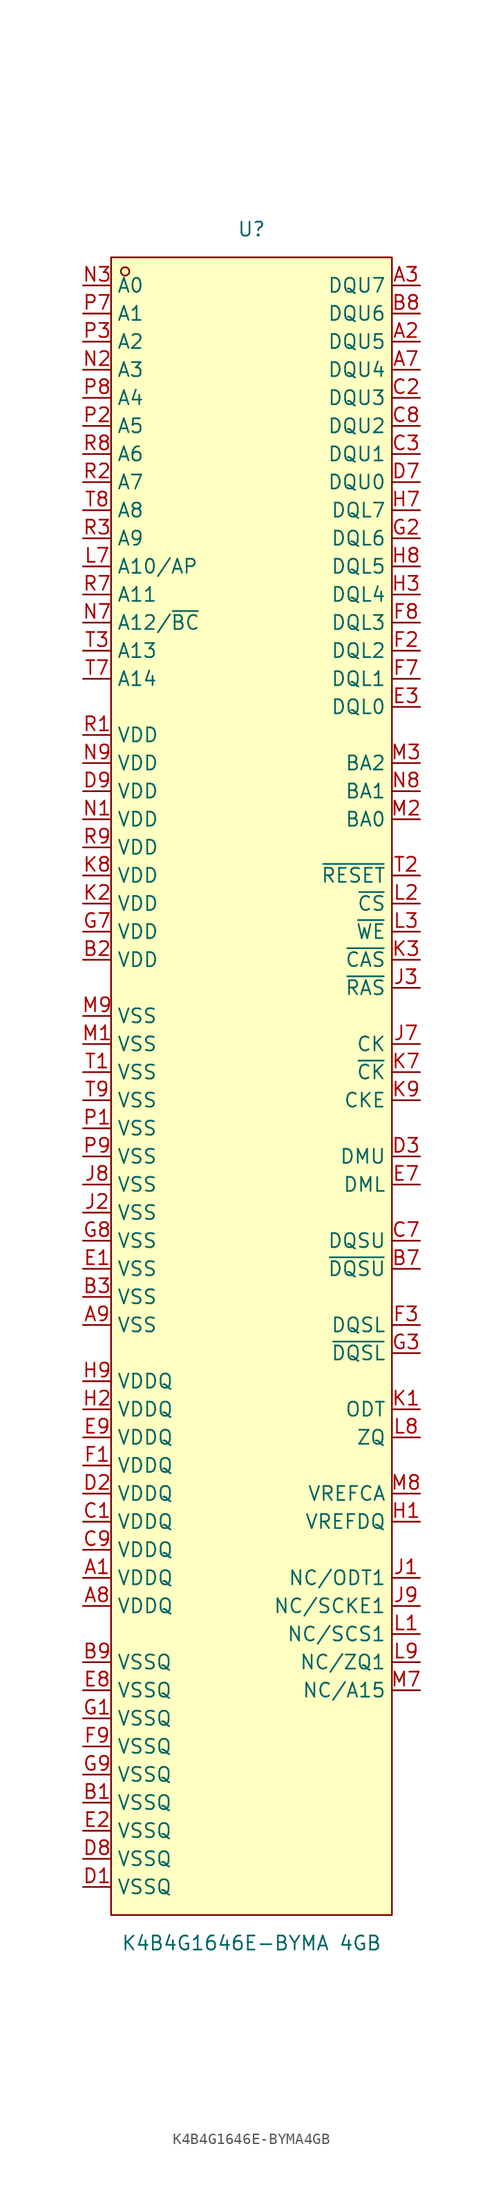
<source format=kicad_sym>
(kicad_symbol_lib
  (version 20220914)
  (generator https://github.com/uPesy/easyeda2kicad.py)
  (symbol "K4B4G1646E-BYMA4GB"
    (property "Reference" "U"
      (at 0 64.77 0)
      (effects (font (size 1.27 1.27))))
    (property "Value" "K4B4G1646E-BYMA 4GB"
      (at 0 -90.17 0)
      (effects (font (size 1.27 1.27))))
    (symbol "K4B4G1646E-BYMA4GB_0_1"
      (rectangle (start -12.7 62.23) (end 12.7 -87.63) (stroke (width 0) (type default)) (fill (type background)))
      (circle (center -11.43 60.96) (radius 0.38) (stroke (width 0) (type default)) (fill (type none)))
      (pin power_in line (at -15.24 -57.15 0) (length 2.54) (name "VDDQ" (effects (font (size 1.27 1.27)))) (number "A1" (effects (font (size 1.27 1.27)))))
      (pin bidirectional line (at 15.24 54.61 180) (length 2.54) (name "DQU5" (effects (font (size 1.27 1.27)))) (number "A2" (effects (font (size 1.27 1.27)))))
      (pin bidirectional line (at 15.24 59.69 180) (length 2.54) (name "DQU7" (effects (font (size 1.27 1.27)))) (number "A3" (effects (font (size 1.27 1.27)))))
      (pin bidirectional line (at 15.24 52.07 180) (length 2.54) (name "DQU4" (effects (font (size 1.27 1.27)))) (number "A7" (effects (font (size 1.27 1.27)))))
      (pin power_in line (at -15.24 -59.69 0) (length 2.54) (name "VDDQ" (effects (font (size 1.27 1.27)))) (number "A8" (effects (font (size 1.27 1.27)))))
      (pin power_in line (at -15.24 -34.29 0) (length 2.54) (name "VSS" (effects (font (size 1.27 1.27)))) (number "A9" (effects (font (size 1.27 1.27)))))
      (pin power_in line (at -15.24 -77.47 0) (length 2.54) (name "VSSQ" (effects (font (size 1.27 1.27)))) (number "B1" (effects (font (size 1.27 1.27)))))
      (pin power_in line (at -15.24 -1.27 0) (length 2.54) (name "VDD" (effects (font (size 1.27 1.27)))) (number "B2" (effects (font (size 1.27 1.27)))))
      (pin power_in line (at -15.24 -31.75 0) (length 2.54) (name "VSS" (effects (font (size 1.27 1.27)))) (number "B3" (effects (font (size 1.27 1.27)))))
      (pin bidirectional line (at 15.24 -29.21 180) (length 2.54) (name "~{DQSU}" (effects (font (size 1.27 1.27)))) (number "B7" (effects (font (size 1.27 1.27)))))
      (pin bidirectional line (at 15.24 57.15 180) (length 2.54) (name "DQU6" (effects (font (size 1.27 1.27)))) (number "B8" (effects (font (size 1.27 1.27)))))
      (pin power_in line (at -15.24 -64.77 0) (length 2.54) (name "VSSQ" (effects (font (size 1.27 1.27)))) (number "B9" (effects (font (size 1.27 1.27)))))
      (pin power_in line (at -15.24 -52.07 0) (length 2.54) (name "VDDQ" (effects (font (size 1.27 1.27)))) (number "C1" (effects (font (size 1.27 1.27)))))
      (pin bidirectional line (at 15.24 49.53 180) (length 2.54) (name "DQU3" (effects (font (size 1.27 1.27)))) (number "C2" (effects (font (size 1.27 1.27)))))
      (pin bidirectional line (at 15.24 44.45 180) (length 2.54) (name "DQU1" (effects (font (size 1.27 1.27)))) (number "C3" (effects (font (size 1.27 1.27)))))
      (pin bidirectional line (at 15.24 -26.67 180) (length 2.54) (name "DQSU" (effects (font (size 1.27 1.27)))) (number "C7" (effects (font (size 1.27 1.27)))))
      (pin bidirectional line (at 15.24 46.99 180) (length 2.54) (name "DQU2" (effects (font (size 1.27 1.27)))) (number "C8" (effects (font (size 1.27 1.27)))))
      (pin power_in line (at -15.24 -54.61 0) (length 2.54) (name "VDDQ" (effects (font (size 1.27 1.27)))) (number "C9" (effects (font (size 1.27 1.27)))))
      (pin power_in line (at -15.24 -85.09 0) (length 2.54) (name "VSSQ" (effects (font (size 1.27 1.27)))) (number "D1" (effects (font (size 1.27 1.27)))))
      (pin power_in line (at -15.24 -49.53 0) (length 2.54) (name "VDDQ" (effects (font (size 1.27 1.27)))) (number "D2" (effects (font (size 1.27 1.27)))))
      (pin bidirectional line (at 15.24 -19.05 180) (length 2.54) (name "DMU" (effects (font (size 1.27 1.27)))) (number "D3" (effects (font (size 1.27 1.27)))))
      (pin bidirectional line (at 15.24 41.91 180) (length 2.54) (name "DQU0" (effects (font (size 1.27 1.27)))) (number "D7" (effects (font (size 1.27 1.27)))))
      (pin power_in line (at -15.24 -82.55 0) (length 2.54) (name "VSSQ" (effects (font (size 1.27 1.27)))) (number "D8" (effects (font (size 1.27 1.27)))))
      (pin power_in line (at -15.24 13.97 0) (length 2.54) (name "VDD" (effects (font (size 1.27 1.27)))) (number "D9" (effects (font (size 1.27 1.27)))))
      (pin power_in line (at -15.24 -29.21 0) (length 2.54) (name "VSS" (effects (font (size 1.27 1.27)))) (number "E1" (effects (font (size 1.27 1.27)))))
      (pin power_in line (at -15.24 -80.01 0) (length 2.54) (name "VSSQ" (effects (font (size 1.27 1.27)))) (number "E2" (effects (font (size 1.27 1.27)))))
      (pin bidirectional line (at 15.24 21.59 180) (length 2.54) (name "DQL0" (effects (font (size 1.27 1.27)))) (number "E3" (effects (font (size 1.27 1.27)))))
      (pin bidirectional line (at 15.24 -21.59 180) (length 2.54) (name "DML" (effects (font (size 1.27 1.27)))) (number "E7" (effects (font (size 1.27 1.27)))))
      (pin power_in line (at -15.24 -67.31 0) (length 2.54) (name "VSSQ" (effects (font (size 1.27 1.27)))) (number "E8" (effects (font (size 1.27 1.27)))))
      (pin power_in line (at -15.24 -44.45 0) (length 2.54) (name "VDDQ" (effects (font (size 1.27 1.27)))) (number "E9" (effects (font (size 1.27 1.27)))))
      (pin power_in line (at -15.24 -46.99 0) (length 2.54) (name "VDDQ" (effects (font (size 1.27 1.27)))) (number "F1" (effects (font (size 1.27 1.27)))))
      (pin bidirectional line (at 15.24 26.67 180) (length 2.54) (name "DQL2" (effects (font (size 1.27 1.27)))) (number "F2" (effects (font (size 1.27 1.27)))))
      (pin bidirectional line (at 15.24 -34.29 180) (length 2.54) (name "DQSL" (effects (font (size 1.27 1.27)))) (number "F3" (effects (font (size 1.27 1.27)))))
      (pin bidirectional line (at 15.24 24.13 180) (length 2.54) (name "DQL1" (effects (font (size 1.27 1.27)))) (number "F7" (effects (font (size 1.27 1.27)))))
      (pin bidirectional line (at 15.24 29.21 180) (length 2.54) (name "DQL3" (effects (font (size 1.27 1.27)))) (number "F8" (effects (font (size 1.27 1.27)))))
      (pin power_in line (at -15.24 -72.39 0) (length 2.54) (name "VSSQ" (effects (font (size 1.27 1.27)))) (number "F9" (effects (font (size 1.27 1.27)))))
      (pin power_in line (at -15.24 -69.85 0) (length 2.54) (name "VSSQ" (effects (font (size 1.27 1.27)))) (number "G1" (effects (font (size 1.27 1.27)))))
      (pin bidirectional line (at 15.24 36.83 180) (length 2.54) (name "DQL6" (effects (font (size 1.27 1.27)))) (number "G2" (effects (font (size 1.27 1.27)))))
      (pin bidirectional line (at 15.24 -36.83 180) (length 2.54) (name "~{DQSL}" (effects (font (size 1.27 1.27)))) (number "G3" (effects (font (size 1.27 1.27)))))
      (pin power_in line (at -15.24 1.27 0) (length 2.54) (name "VDD" (effects (font (size 1.27 1.27)))) (number "G7" (effects (font (size 1.27 1.27)))))
      (pin power_in line (at -15.24 -26.67 0) (length 2.54) (name "VSS" (effects (font (size 1.27 1.27)))) (number "G8" (effects (font (size 1.27 1.27)))))
      (pin power_in line (at -15.24 -74.93 0) (length 2.54) (name "VSSQ" (effects (font (size 1.27 1.27)))) (number "G9" (effects (font (size 1.27 1.27)))))
      (pin power_in line (at -15.24 -41.91 0) (length 2.54) (name "VDDQ" (effects (font (size 1.27 1.27)))) (number "H2" (effects (font (size 1.27 1.27)))))
      (pin bidirectional line (at 15.24 31.75 180) (length 2.54) (name "DQL4" (effects (font (size 1.27 1.27)))) (number "H3" (effects (font (size 1.27 1.27)))))
      (pin bidirectional line (at 15.24 39.37 180) (length 2.54) (name "DQL7" (effects (font (size 1.27 1.27)))) (number "H7" (effects (font (size 1.27 1.27)))))
      (pin bidirectional line (at 15.24 34.29 180) (length 2.54) (name "DQL5" (effects (font (size 1.27 1.27)))) (number "H8" (effects (font (size 1.27 1.27)))))
      (pin power_in line (at -15.24 -39.37 0) (length 2.54) (name "VDDQ" (effects (font (size 1.27 1.27)))) (number "H9" (effects (font (size 1.27 1.27)))))
      (pin power_in line (at -15.24 -24.13 0) (length 2.54) (name "VSS" (effects (font (size 1.27 1.27)))) (number "J2" (effects (font (size 1.27 1.27)))))
      (pin bidirectional line (at 15.24 -3.81 180) (length 2.54) (name "~{RAS}" (effects (font (size 1.27 1.27)))) (number "J3" (effects (font (size 1.27 1.27)))))
      (pin bidirectional line (at 15.24 -8.89 180) (length 2.54) (name "CK" (effects (font (size 1.27 1.27)))) (number "J7" (effects (font (size 1.27 1.27)))))
      (pin power_in line (at -15.24 -21.59 0) (length 2.54) (name "VSS" (effects (font (size 1.27 1.27)))) (number "J8" (effects (font (size 1.27 1.27)))))
      (pin bidirectional line (at 15.24 -41.91 180) (length 2.54) (name "ODT" (effects (font (size 1.27 1.27)))) (number "K1" (effects (font (size 1.27 1.27)))))
      (pin power_in line (at -15.24 3.81 0) (length 2.54) (name "VDD" (effects (font (size 1.27 1.27)))) (number "K2" (effects (font (size 1.27 1.27)))))
      (pin bidirectional line (at 15.24 -1.27 180) (length 2.54) (name "~{CAS}" (effects (font (size 1.27 1.27)))) (number "K3" (effects (font (size 1.27 1.27)))))
      (pin bidirectional line (at 15.24 -11.43 180) (length 2.54) (name "~{CK}" (effects (font (size 1.27 1.27)))) (number "K7" (effects (font (size 1.27 1.27)))))
      (pin power_in line (at -15.24 6.35 0) (length 2.54) (name "VDD" (effects (font (size 1.27 1.27)))) (number "K8" (effects (font (size 1.27 1.27)))))
      (pin bidirectional line (at 15.24 -13.97 180) (length 2.54) (name "CKE" (effects (font (size 1.27 1.27)))) (number "K9" (effects (font (size 1.27 1.27)))))
      (pin bidirectional line (at 15.24 3.81 180) (length 2.54) (name "~{CS}" (effects (font (size 1.27 1.27)))) (number "L2" (effects (font (size 1.27 1.27)))))
      (pin bidirectional line (at 15.24 1.27 180) (length 2.54) (name "~{WE}" (effects (font (size 1.27 1.27)))) (number "L3" (effects (font (size 1.27 1.27)))))
      (pin bidirectional line (at -15.24 34.29 0) (length 2.54) (name "A10/AP" (effects (font (size 1.27 1.27)))) (number "L7" (effects (font (size 1.27 1.27)))))
      (pin bidirectional line (at 15.24 -44.45 180) (length 2.54) (name "ZQ" (effects (font (size 1.27 1.27)))) (number "L8" (effects (font (size 1.27 1.27)))))
      (pin power_in line (at -15.24 -8.89 0) (length 2.54) (name "VSS" (effects (font (size 1.27 1.27)))) (number "M1" (effects (font (size 1.27 1.27)))))
      (pin bidirectional line (at 15.24 11.43 180) (length 2.54) (name "BA0" (effects (font (size 1.27 1.27)))) (number "M2" (effects (font (size 1.27 1.27)))))
      (pin bidirectional line (at 15.24 16.51 180) (length 2.54) (name "BA2" (effects (font (size 1.27 1.27)))) (number "M3" (effects (font (size 1.27 1.27)))))
      (pin power_in line (at -15.24 -6.35 0) (length 2.54) (name "VSS" (effects (font (size 1.27 1.27)))) (number "M9" (effects (font (size 1.27 1.27)))))
      (pin power_in line (at -15.24 11.43 0) (length 2.54) (name "VDD" (effects (font (size 1.27 1.27)))) (number "N1" (effects (font (size 1.27 1.27)))))
      (pin bidirectional line (at -15.24 52.07 0) (length 2.54) (name "A3" (effects (font (size 1.27 1.27)))) (number "N2" (effects (font (size 1.27 1.27)))))
      (pin bidirectional line (at -15.24 59.69 0) (length 2.54) (name "A0" (effects (font (size 1.27 1.27)))) (number "N3" (effects (font (size 1.27 1.27)))))
      (pin bidirectional line (at -15.24 29.21 0) (length 2.54) (name "A12/~{BC}" (effects (font (size 1.27 1.27)))) (number "N7" (effects (font (size 1.27 1.27)))))
      (pin bidirectional line (at 15.24 13.97 180) (length 2.54) (name "BA1" (effects (font (size 1.27 1.27)))) (number "N8" (effects (font (size 1.27 1.27)))))
      (pin power_in line (at -15.24 16.51 0) (length 2.54) (name "VDD" (effects (font (size 1.27 1.27)))) (number "N9" (effects (font (size 1.27 1.27)))))
      (pin power_in line (at -15.24 -16.51 0) (length 2.54) (name "VSS" (effects (font (size 1.27 1.27)))) (number "P1" (effects (font (size 1.27 1.27)))))
      (pin bidirectional line (at -15.24 46.99 0) (length 2.54) (name "A5" (effects (font (size 1.27 1.27)))) (number "P2" (effects (font (size 1.27 1.27)))))
      (pin bidirectional line (at -15.24 54.61 0) (length 2.54) (name "A2" (effects (font (size 1.27 1.27)))) (number "P3" (effects (font (size 1.27 1.27)))))
      (pin bidirectional line (at -15.24 57.15 0) (length 2.54) (name "A1" (effects (font (size 1.27 1.27)))) (number "P7" (effects (font (size 1.27 1.27)))))
      (pin bidirectional line (at -15.24 49.53 0) (length 2.54) (name "A4" (effects (font (size 1.27 1.27)))) (number "P8" (effects (font (size 1.27 1.27)))))
      (pin power_in line (at -15.24 -19.05 0) (length 2.54) (name "VSS" (effects (font (size 1.27 1.27)))) (number "P9" (effects (font (size 1.27 1.27)))))
      (pin power_in line (at -15.24 19.05 0) (length 2.54) (name "VDD" (effects (font (size 1.27 1.27)))) (number "R1" (effects (font (size 1.27 1.27)))))
      (pin bidirectional line (at -15.24 41.91 0) (length 2.54) (name "A7" (effects (font (size 1.27 1.27)))) (number "R2" (effects (font (size 1.27 1.27)))))
      (pin bidirectional line (at -15.24 36.83 0) (length 2.54) (name "A9" (effects (font (size 1.27 1.27)))) (number "R3" (effects (font (size 1.27 1.27)))))
      (pin bidirectional line (at -15.24 31.75 0) (length 2.54) (name "A11" (effects (font (size 1.27 1.27)))) (number "R7" (effects (font (size 1.27 1.27)))))
      (pin bidirectional line (at -15.24 44.45 0) (length 2.54) (name "A6" (effects (font (size 1.27 1.27)))) (number "R8" (effects (font (size 1.27 1.27)))))
      (pin power_in line (at -15.24 8.89 0) (length 2.54) (name "VDD" (effects (font (size 1.27 1.27)))) (number "R9" (effects (font (size 1.27 1.27)))))
      (pin power_in line (at -15.24 -11.43 0) (length 2.54) (name "VSS" (effects (font (size 1.27 1.27)))) (number "T1" (effects (font (size 1.27 1.27)))))
      (pin bidirectional line (at 15.24 6.35 180) (length 2.54) (name "~{RESET}" (effects (font (size 1.27 1.27)))) (number "T2" (effects (font (size 1.27 1.27)))))
      (pin bidirectional line (at -15.24 26.67 0) (length 2.54) (name "A13" (effects (font (size 1.27 1.27)))) (number "T3" (effects (font (size 1.27 1.27)))))
      (pin bidirectional line (at -15.24 24.13 0) (length 2.54) (name "A14" (effects (font (size 1.27 1.27)))) (number "T7" (effects (font (size 1.27 1.27)))))
      (pin bidirectional line (at -15.24 39.37 0) (length 2.54) (name "A8" (effects (font (size 1.27 1.27)))) (number "T8" (effects (font (size 1.27 1.27)))))
      (pin power_in line (at -15.24 -13.97 0) (length 2.54) (name "VSS" (effects (font (size 1.27 1.27)))) (number "T9" (effects (font (size 1.27 1.27))))))
    (symbol "K4B4G1646E-BYMA4GB_1_1"
      (pin input line (at 15.24 -52.07 180) (length 2.54) (name "VREFDQ" (effects (font (size 1.27 1.27)))) (number "H1" (effects (font (size 1.27 1.27)))))
      (pin bidirectional line (at 15.24 -57.15 180) (length 2.54) (name "NC/ODT1" (effects (font (size 1.27 1.27)))) (number "J1" (effects (font (size 1.27 1.27)))))
      (pin bidirectional line (at 15.24 -59.69 180) (length 2.54) (name "NC/SCKE1" (effects (font (size 1.27 1.27)))) (number "J9" (effects (font (size 1.27 1.27)))))
      (pin bidirectional line (at 15.24 -62.23 180) (length 2.54) (name "NC/SCS1" (effects (font (size 1.27 1.27)))) (number "L1" (effects (font (size 1.27 1.27)))))
      (pin bidirectional line (at 15.24 -64.77 180) (length 2.54) (name "NC/ZQ1" (effects (font (size 1.27 1.27)))) (number "L9" (effects (font (size 1.27 1.27)))))
      (pin bidirectional line (at 15.24 -67.31 180) (length 2.54) (name "NC/A15" (effects (font (size 1.27 1.27)))) (number "M7" (effects (font (size 1.27 1.27)))))
      (pin input line (at 15.24 -49.53 180) (length 2.54) (name "VREFCA" (effects (font (size 1.27 1.27)))) (number "M8" (effects (font (size 1.27 1.27))))))))
</source>
